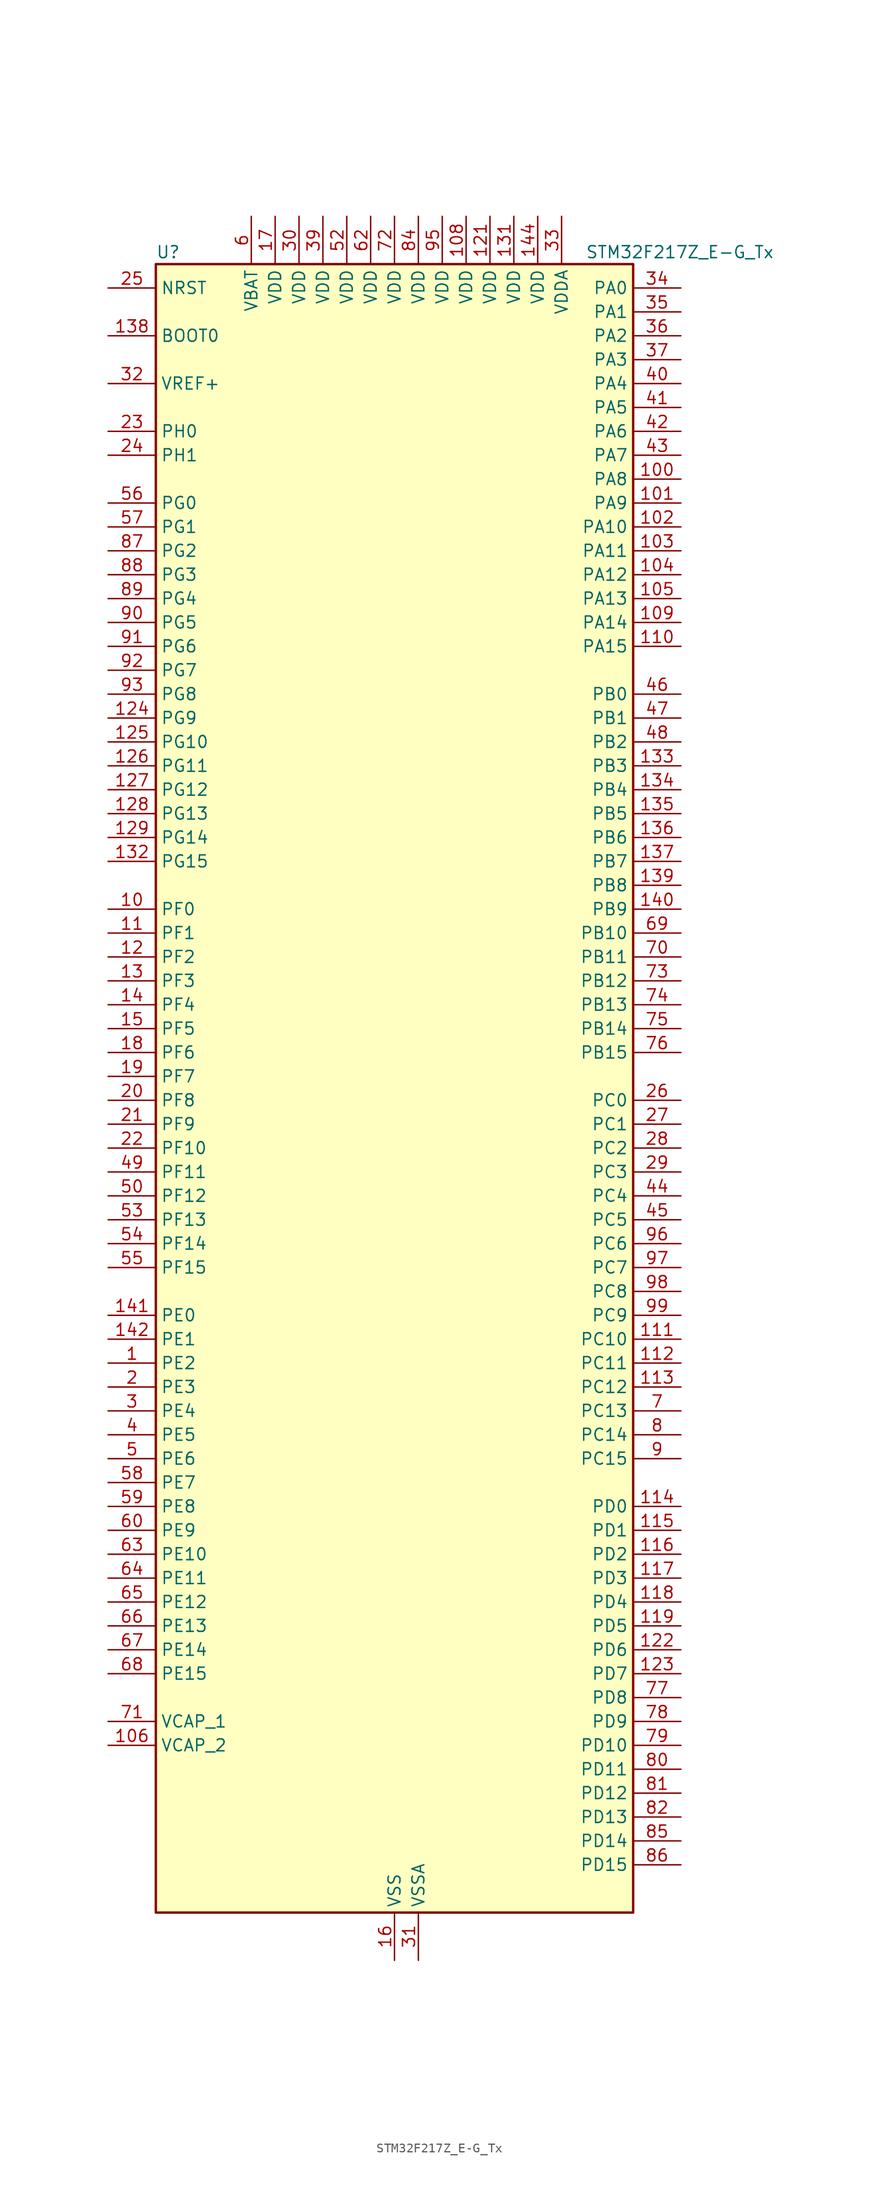
<source format=kicad_sym>
(kicad_symbol_lib
  (version 20231120)
  (generator "kicad_symbol_editor")
  (generator_version "8.0")
  (symbol "STM32F217Z_E-G_Tx"
    (property "Reference" "U"
      (at -25.4 90.17 0)
      (effects (font (size 1.27 1.27)) (justify left)))
    (property "Value" "STM32F217Z_E-G_Tx"
      (at 20.32 90.17 0)
      (effects (font (size 1.27 1.27)) (justify left)))
    (property "ki_locked" ""
      (at 0 0 0)
      (effects (font (size 1.27 1.27))))
    (symbol "STM32F217Z_E-G_Tx_0_1"
      (rectangle (start -25.4 -86.36) (end 25.4 88.9) (stroke (width 0.254) (type default)) (fill (type background))))
    (symbol "STM32F217Z_E-G_Tx_1_1"
      (pin bidirectional line (at -30.48 -27.94 0) (length 5.08) (name "PE2" (effects (font (size 1.27 1.27)))) (number "1" (effects (font (size 1.27 1.27)))) (alternate "ETH_TXD3" bidirectional line) (alternate "FSMC_A23" bidirectional line) (alternate "SYS_TRACECLK" bidirectional line))
      (pin bidirectional line (at -30.48 20.32 0) (length 5.08) (name "PF0" (effects (font (size 1.27 1.27)))) (number "10" (effects (font (size 1.27 1.27)))) (alternate "FSMC_A0" bidirectional line) (alternate "I2C2_SDA" bidirectional line))
      (pin bidirectional line (at 30.48 66.04 180) (length 5.08) (name "PA8" (effects (font (size 1.27 1.27)))) (number "100" (effects (font (size 1.27 1.27)))) (alternate "I2C3_SCL" bidirectional line) (alternate "RCC_MCO_1" bidirectional line) (alternate "TIM1_CH1" bidirectional line) (alternate "USART1_CK" bidirectional line) (alternate "USB_OTG_FS_SOF" bidirectional line))
      (pin bidirectional line (at 30.48 63.5 180) (length 5.08) (name "PA9" (effects (font (size 1.27 1.27)))) (number "101" (effects (font (size 1.27 1.27)))) (alternate "DAC_EXTI9" bidirectional line) (alternate "DCMI_D0" bidirectional line) (alternate "I2C3_SMBA" bidirectional line) (alternate "TIM1_CH2" bidirectional line) (alternate "USART1_TX" bidirectional line) (alternate "USB_OTG_FS_VBUS" bidirectional line))
      (pin bidirectional line (at 30.48 60.96 180) (length 5.08) (name "PA10" (effects (font (size 1.27 1.27)))) (number "102" (effects (font (size 1.27 1.27)))) (alternate "DCMI_D1" bidirectional line) (alternate "TIM1_CH3" bidirectional line) (alternate "USART1_RX" bidirectional line) (alternate "USB_OTG_FS_ID" bidirectional line))
      (pin bidirectional line (at 30.48 58.42 180) (length 5.08) (name "PA11" (effects (font (size 1.27 1.27)))) (number "103" (effects (font (size 1.27 1.27)))) (alternate "ADC1_EXTI11" bidirectional line) (alternate "ADC2_EXTI11" bidirectional line) (alternate "ADC3_EXTI11" bidirectional line) (alternate "CAN1_RX" bidirectional line) (alternate "TIM1_CH4" bidirectional line) (alternate "USART1_CTS" bidirectional line) (alternate "USB_OTG_FS_DM" bidirectional line))
      (pin bidirectional line (at 30.48 55.88 180) (length 5.08) (name "PA12" (effects (font (size 1.27 1.27)))) (number "104" (effects (font (size 1.27 1.27)))) (alternate "CAN1_TX" bidirectional line) (alternate "TIM1_ETR" bidirectional line) (alternate "USART1_RTS" bidirectional line) (alternate "USB_OTG_FS_DP" bidirectional line))
      (pin bidirectional line (at 30.48 53.34 180) (length 5.08) (name "PA13" (effects (font (size 1.27 1.27)))) (number "105" (effects (font (size 1.27 1.27)))) (alternate "SYS_JTMS-SWDIO" bidirectional line))
      (pin power_out line (at -30.48 -68.58 0) (length 5.08) (name "VCAP_2" (effects (font (size 1.27 1.27)))) (number "106" (effects (font (size 1.27 1.27)))))
      (pin passive line (at 0 -91.44 90) (length 5.08) hide (name "VSS" (effects (font (size 1.27 1.27)))) (number "107" (effects (font (size 1.27 1.27)))))
      (pin power_in line (at 7.62 93.98 270) (length 5.08) (name "VDD" (effects (font (size 1.27 1.27)))) (number "108" (effects (font (size 1.27 1.27)))))
      (pin bidirectional line (at 30.48 50.8 180) (length 5.08) (name "PA14" (effects (font (size 1.27 1.27)))) (number "109" (effects (font (size 1.27 1.27)))) (alternate "SYS_JTCK-SWCLK" bidirectional line))
      (pin bidirectional line (at -30.48 17.78 0) (length 5.08) (name "PF1" (effects (font (size 1.27 1.27)))) (number "11" (effects (font (size 1.27 1.27)))) (alternate "FSMC_A1" bidirectional line) (alternate "I2C2_SCL" bidirectional line))
      (pin bidirectional line (at 30.48 48.26 180) (length 5.08) (name "PA15" (effects (font (size 1.27 1.27)))) (number "110" (effects (font (size 1.27 1.27)))) (alternate "ADC1_EXTI15" bidirectional line) (alternate "ADC2_EXTI15" bidirectional line) (alternate "ADC3_EXTI15" bidirectional line) (alternate "I2S3_WS" bidirectional line) (alternate "SPI1_NSS" bidirectional line) (alternate "SPI3_NSS" bidirectional line) (alternate "SYS_JTDI" bidirectional line) (alternate "TIM2_CH1" bidirectional line) (alternate "TIM2_ETR" bidirectional line))
      (pin bidirectional line (at 30.48 -25.4 180) (length 5.08) (name "PC10" (effects (font (size 1.27 1.27)))) (number "111" (effects (font (size 1.27 1.27)))) (alternate "DCMI_D8" bidirectional line) (alternate "I2S3_SCK" bidirectional line) (alternate "SDIO_D2" bidirectional line) (alternate "SPI3_SCK" bidirectional line) (alternate "UART4_TX" bidirectional line) (alternate "USART3_TX" bidirectional line))
      (pin bidirectional line (at 30.48 -27.94 180) (length 5.08) (name "PC11" (effects (font (size 1.27 1.27)))) (number "112" (effects (font (size 1.27 1.27)))) (alternate "ADC1_EXTI11" bidirectional line) (alternate "ADC2_EXTI11" bidirectional line) (alternate "ADC3_EXTI11" bidirectional line) (alternate "DCMI_D4" bidirectional line) (alternate "SDIO_D3" bidirectional line) (alternate "SPI3_MISO" bidirectional line) (alternate "UART4_RX" bidirectional line) (alternate "USART3_RX" bidirectional line))
      (pin bidirectional line (at 30.48 -30.48 180) (length 5.08) (name "PC12" (effects (font (size 1.27 1.27)))) (number "113" (effects (font (size 1.27 1.27)))) (alternate "DCMI_D9" bidirectional line) (alternate "I2S3_SD" bidirectional line) (alternate "SDIO_CK" bidirectional line) (alternate "SPI3_MOSI" bidirectional line) (alternate "UART5_TX" bidirectional line) (alternate "USART3_CK" bidirectional line))
      (pin bidirectional line (at 30.48 -43.18 180) (length 5.08) (name "PD0" (effects (font (size 1.27 1.27)))) (number "114" (effects (font (size 1.27 1.27)))) (alternate "CAN1_RX" bidirectional line) (alternate "FSMC_D2" bidirectional line) (alternate "FSMC_DA2" bidirectional line))
      (pin bidirectional line (at 30.48 -45.72 180) (length 5.08) (name "PD1" (effects (font (size 1.27 1.27)))) (number "115" (effects (font (size 1.27 1.27)))) (alternate "CAN1_TX" bidirectional line) (alternate "FSMC_D3" bidirectional line) (alternate "FSMC_DA3" bidirectional line))
      (pin bidirectional line (at 30.48 -48.26 180) (length 5.08) (name "PD2" (effects (font (size 1.27 1.27)))) (number "116" (effects (font (size 1.27 1.27)))) (alternate "DCMI_D11" bidirectional line) (alternate "SDIO_CMD" bidirectional line) (alternate "TIM3_ETR" bidirectional line) (alternate "UART5_RX" bidirectional line))
      (pin bidirectional line (at 30.48 -50.8 180) (length 5.08) (name "PD3" (effects (font (size 1.27 1.27)))) (number "117" (effects (font (size 1.27 1.27)))) (alternate "FSMC_CLK" bidirectional line) (alternate "USART2_CTS" bidirectional line))
      (pin bidirectional line (at 30.48 -53.34 180) (length 5.08) (name "PD4" (effects (font (size 1.27 1.27)))) (number "118" (effects (font (size 1.27 1.27)))) (alternate "FSMC_NOE" bidirectional line) (alternate "USART2_RTS" bidirectional line))
      (pin bidirectional line (at 30.48 -55.88 180) (length 5.08) (name "PD5" (effects (font (size 1.27 1.27)))) (number "119" (effects (font (size 1.27 1.27)))) (alternate "FSMC_NWE" bidirectional line) (alternate "USART2_TX" bidirectional line))
      (pin bidirectional line (at -30.48 15.24 0) (length 5.08) (name "PF2" (effects (font (size 1.27 1.27)))) (number "12" (effects (font (size 1.27 1.27)))) (alternate "FSMC_A2" bidirectional line) (alternate "I2C2_SMBA" bidirectional line))
      (pin passive line (at 0 -91.44 90) (length 5.08) hide (name "VSS" (effects (font (size 1.27 1.27)))) (number "120" (effects (font (size 1.27 1.27)))))
      (pin power_in line (at 10.16 93.98 270) (length 5.08) (name "VDD" (effects (font (size 1.27 1.27)))) (number "121" (effects (font (size 1.27 1.27)))))
      (pin bidirectional line (at 30.48 -58.42 180) (length 5.08) (name "PD6" (effects (font (size 1.27 1.27)))) (number "122" (effects (font (size 1.27 1.27)))) (alternate "FSMC_NWAIT" bidirectional line) (alternate "USART2_RX" bidirectional line))
      (pin bidirectional line (at 30.48 -60.96 180) (length 5.08) (name "PD7" (effects (font (size 1.27 1.27)))) (number "123" (effects (font (size 1.27 1.27)))) (alternate "FSMC_NCE2" bidirectional line) (alternate "FSMC_NE1" bidirectional line) (alternate "USART2_CK" bidirectional line))
      (pin bidirectional line (at -30.48 40.64 0) (length 5.08) (name "PG9" (effects (font (size 1.27 1.27)))) (number "124" (effects (font (size 1.27 1.27)))) (alternate "DAC_EXTI9" bidirectional line) (alternate "FSMC_NCE3" bidirectional line) (alternate "FSMC_NE2" bidirectional line) (alternate "USART6_RX" bidirectional line))
      (pin bidirectional line (at -30.48 38.1 0) (length 5.08) (name "PG10" (effects (font (size 1.27 1.27)))) (number "125" (effects (font (size 1.27 1.27)))) (alternate "FSMC_NCE4_1" bidirectional line) (alternate "FSMC_NE3" bidirectional line))
      (pin bidirectional line (at -30.48 35.56 0) (length 5.08) (name "PG11" (effects (font (size 1.27 1.27)))) (number "126" (effects (font (size 1.27 1.27)))) (alternate "ADC1_EXTI11" bidirectional line) (alternate "ADC2_EXTI11" bidirectional line) (alternate "ADC3_EXTI11" bidirectional line) (alternate "ETH_TX_EN" bidirectional line) (alternate "FSMC_NCE4_2" bidirectional line))
      (pin bidirectional line (at -30.48 33.02 0) (length 5.08) (name "PG12" (effects (font (size 1.27 1.27)))) (number "127" (effects (font (size 1.27 1.27)))) (alternate "FSMC_NE4" bidirectional line) (alternate "USART6_RTS" bidirectional line))
      (pin bidirectional line (at -30.48 30.48 0) (length 5.08) (name "PG13" (effects (font (size 1.27 1.27)))) (number "128" (effects (font (size 1.27 1.27)))) (alternate "ETH_TXD0" bidirectional line) (alternate "FSMC_A24" bidirectional line) (alternate "USART6_CTS" bidirectional line))
      (pin bidirectional line (at -30.48 27.94 0) (length 5.08) (name "PG14" (effects (font (size 1.27 1.27)))) (number "129" (effects (font (size 1.27 1.27)))) (alternate "ETH_TXD1" bidirectional line) (alternate "FSMC_A25" bidirectional line) (alternate "USART6_TX" bidirectional line))
      (pin bidirectional line (at -30.48 12.7 0) (length 5.08) (name "PF3" (effects (font (size 1.27 1.27)))) (number "13" (effects (font (size 1.27 1.27)))) (alternate "ADC3_IN9" bidirectional line) (alternate "FSMC_A3" bidirectional line))
      (pin passive line (at 0 -91.44 90) (length 5.08) hide (name "VSS" (effects (font (size 1.27 1.27)))) (number "130" (effects (font (size 1.27 1.27)))))
      (pin power_in line (at 12.7 93.98 270) (length 5.08) (name "VDD" (effects (font (size 1.27 1.27)))) (number "131" (effects (font (size 1.27 1.27)))))
      (pin bidirectional line (at -30.48 25.4 0) (length 5.08) (name "PG15" (effects (font (size 1.27 1.27)))) (number "132" (effects (font (size 1.27 1.27)))) (alternate "ADC1_EXTI15" bidirectional line) (alternate "ADC2_EXTI15" bidirectional line) (alternate "ADC3_EXTI15" bidirectional line) (alternate "DCMI_D13" bidirectional line) (alternate "USART6_CTS" bidirectional line))
      (pin bidirectional line (at 30.48 35.56 180) (length 5.08) (name "PB3" (effects (font (size 1.27 1.27)))) (number "133" (effects (font (size 1.27 1.27)))) (alternate "I2S3_SCK" bidirectional line) (alternate "SPI1_SCK" bidirectional line) (alternate "SPI3_SCK" bidirectional line) (alternate "SYS_JTDO-SWO" bidirectional line) (alternate "TIM2_CH2" bidirectional line))
      (pin bidirectional line (at 30.48 33.02 180) (length 5.08) (name "PB4" (effects (font (size 1.27 1.27)))) (number "134" (effects (font (size 1.27 1.27)))) (alternate "SPI1_MISO" bidirectional line) (alternate "SPI3_MISO" bidirectional line) (alternate "SYS_JTRST" bidirectional line) (alternate "TIM3_CH1" bidirectional line))
      (pin bidirectional line (at 30.48 30.48 180) (length 5.08) (name "PB5" (effects (font (size 1.27 1.27)))) (number "135" (effects (font (size 1.27 1.27)))) (alternate "CAN2_RX" bidirectional line) (alternate "DCMI_D10" bidirectional line) (alternate "ETH_PPS_OUT" bidirectional line) (alternate "I2C1_SMBA" bidirectional line) (alternate "I2S3_SD" bidirectional line) (alternate "SPI1_MOSI" bidirectional line) (alternate "SPI3_MOSI" bidirectional line) (alternate "TIM3_CH2" bidirectional line) (alternate "USB_OTG_HS_ULPI_D7" bidirectional line))
      (pin bidirectional line (at 30.48 27.94 180) (length 5.08) (name "PB6" (effects (font (size 1.27 1.27)))) (number "136" (effects (font (size 1.27 1.27)))) (alternate "CAN2_TX" bidirectional line) (alternate "DCMI_D5" bidirectional line) (alternate "I2C1_SCL" bidirectional line) (alternate "TIM4_CH1" bidirectional line) (alternate "USART1_TX" bidirectional line))
      (pin bidirectional line (at 30.48 25.4 180) (length 5.08) (name "PB7" (effects (font (size 1.27 1.27)))) (number "137" (effects (font (size 1.27 1.27)))) (alternate "DCMI_VSYNC" bidirectional line) (alternate "FSMC_NL" bidirectional line) (alternate "I2C1_SDA" bidirectional line) (alternate "TIM4_CH2" bidirectional line) (alternate "USART1_RX" bidirectional line))
      (pin input line (at -30.48 81.28 0) (length 5.08) (name "BOOT0" (effects (font (size 1.27 1.27)))) (number "138" (effects (font (size 1.27 1.27)))))
      (pin bidirectional line (at 30.48 22.86 180) (length 5.08) (name "PB8" (effects (font (size 1.27 1.27)))) (number "139" (effects (font (size 1.27 1.27)))) (alternate "CAN1_RX" bidirectional line) (alternate "DCMI_D6" bidirectional line) (alternate "ETH_TXD3" bidirectional line) (alternate "I2C1_SCL" bidirectional line) (alternate "SDIO_D4" bidirectional line) (alternate "TIM10_CH1" bidirectional line) (alternate "TIM4_CH3" bidirectional line))
      (pin bidirectional line (at -30.48 10.16 0) (length 5.08) (name "PF4" (effects (font (size 1.27 1.27)))) (number "14" (effects (font (size 1.27 1.27)))) (alternate "ADC3_IN14" bidirectional line) (alternate "FSMC_A4" bidirectional line))
      (pin bidirectional line (at 30.48 20.32 180) (length 5.08) (name "PB9" (effects (font (size 1.27 1.27)))) (number "140" (effects (font (size 1.27 1.27)))) (alternate "CAN1_TX" bidirectional line) (alternate "DAC_EXTI9" bidirectional line) (alternate "DCMI_D7" bidirectional line) (alternate "I2C1_SDA" bidirectional line) (alternate "I2S2_WS" bidirectional line) (alternate "SDIO_D5" bidirectional line) (alternate "SPI2_NSS" bidirectional line) (alternate "TIM11_CH1" bidirectional line) (alternate "TIM4_CH4" bidirectional line))
      (pin bidirectional line (at -30.48 -22.86 0) (length 5.08) (name "PE0" (effects (font (size 1.27 1.27)))) (number "141" (effects (font (size 1.27 1.27)))) (alternate "DCMI_D2" bidirectional line) (alternate "FSMC_NBL0" bidirectional line) (alternate "TIM4_ETR" bidirectional line))
      (pin bidirectional line (at -30.48 -25.4 0) (length 5.08) (name "PE1" (effects (font (size 1.27 1.27)))) (number "142" (effects (font (size 1.27 1.27)))) (alternate "DCMI_D3" bidirectional line) (alternate "FSMC_NBL1" bidirectional line))
      (pin no_connect line (at -25.4 -86.36 0) (length 5.08) hide (name "RFU" (effects (font (size 1.27 1.27)))) (number "143" (effects (font (size 1.27 1.27)))))
      (pin power_in line (at 15.24 93.98 270) (length 5.08) (name "VDD" (effects (font (size 1.27 1.27)))) (number "144" (effects (font (size 1.27 1.27)))))
      (pin bidirectional line (at -30.48 7.62 0) (length 5.08) (name "PF5" (effects (font (size 1.27 1.27)))) (number "15" (effects (font (size 1.27 1.27)))) (alternate "ADC3_IN15" bidirectional line) (alternate "FSMC_A5" bidirectional line))
      (pin power_in line (at 0 -91.44 90) (length 5.08) (name "VSS" (effects (font (size 1.27 1.27)))) (number "16" (effects (font (size 1.27 1.27)))))
      (pin power_in line (at -12.7 93.98 270) (length 5.08) (name "VDD" (effects (font (size 1.27 1.27)))) (number "17" (effects (font (size 1.27 1.27)))))
      (pin bidirectional line (at -30.48 5.08 0) (length 5.08) (name "PF6" (effects (font (size 1.27 1.27)))) (number "18" (effects (font (size 1.27 1.27)))) (alternate "ADC3_IN4" bidirectional line) (alternate "FSMC_NIORD" bidirectional line) (alternate "TIM10_CH1" bidirectional line))
      (pin bidirectional line (at -30.48 2.54 0) (length 5.08) (name "PF7" (effects (font (size 1.27 1.27)))) (number "19" (effects (font (size 1.27 1.27)))) (alternate "ADC3_IN5" bidirectional line) (alternate "FSMC_NREG" bidirectional line) (alternate "TIM11_CH1" bidirectional line))
      (pin bidirectional line (at -30.48 -30.48 0) (length 5.08) (name "PE3" (effects (font (size 1.27 1.27)))) (number "2" (effects (font (size 1.27 1.27)))) (alternate "FSMC_A19" bidirectional line) (alternate "SYS_TRACED0" bidirectional line))
      (pin bidirectional line (at -30.48 0 0) (length 5.08) (name "PF8" (effects (font (size 1.27 1.27)))) (number "20" (effects (font (size 1.27 1.27)))) (alternate "ADC3_IN6" bidirectional line) (alternate "FSMC_NIOWR" bidirectional line) (alternate "TIM13_CH1" bidirectional line))
      (pin bidirectional line (at -30.48 -2.54 0) (length 5.08) (name "PF9" (effects (font (size 1.27 1.27)))) (number "21" (effects (font (size 1.27 1.27)))) (alternate "ADC3_IN7" bidirectional line) (alternate "DAC_EXTI9" bidirectional line) (alternate "FSMC_CD" bidirectional line) (alternate "TIM14_CH1" bidirectional line))
      (pin bidirectional line (at -30.48 -5.08 0) (length 5.08) (name "PF10" (effects (font (size 1.27 1.27)))) (number "22" (effects (font (size 1.27 1.27)))) (alternate "ADC3_IN8" bidirectional line) (alternate "FSMC_INTR" bidirectional line))
      (pin bidirectional line (at -30.48 71.12 0) (length 5.08) (name "PH0" (effects (font (size 1.27 1.27)))) (number "23" (effects (font (size 1.27 1.27)))) (alternate "RCC_OSC_IN" bidirectional line))
      (pin bidirectional line (at -30.48 68.58 0) (length 5.08) (name "PH1" (effects (font (size 1.27 1.27)))) (number "24" (effects (font (size 1.27 1.27)))) (alternate "RCC_OSC_OUT" bidirectional line))
      (pin input line (at -30.48 86.36 0) (length 5.08) (name "NRST" (effects (font (size 1.27 1.27)))) (number "25" (effects (font (size 1.27 1.27)))))
      (pin bidirectional line (at 30.48 0 180) (length 5.08) (name "PC0" (effects (font (size 1.27 1.27)))) (number "26" (effects (font (size 1.27 1.27)))) (alternate "ADC1_IN10" bidirectional line) (alternate "ADC2_IN10" bidirectional line) (alternate "ADC3_IN10" bidirectional line) (alternate "USB_OTG_HS_ULPI_STP" bidirectional line))
      (pin bidirectional line (at 30.48 -2.54 180) (length 5.08) (name "PC1" (effects (font (size 1.27 1.27)))) (number "27" (effects (font (size 1.27 1.27)))) (alternate "ADC1_IN11" bidirectional line) (alternate "ADC2_IN11" bidirectional line) (alternate "ADC3_IN11" bidirectional line) (alternate "ETH_MDC" bidirectional line))
      (pin bidirectional line (at 30.48 -5.08 180) (length 5.08) (name "PC2" (effects (font (size 1.27 1.27)))) (number "28" (effects (font (size 1.27 1.27)))) (alternate "ADC1_IN12" bidirectional line) (alternate "ADC2_IN12" bidirectional line) (alternate "ADC3_IN12" bidirectional line) (alternate "ETH_TXD2" bidirectional line) (alternate "SPI2_MISO" bidirectional line) (alternate "USB_OTG_HS_ULPI_DIR" bidirectional line))
      (pin bidirectional line (at 30.48 -7.62 180) (length 5.08) (name "PC3" (effects (font (size 1.27 1.27)))) (number "29" (effects (font (size 1.27 1.27)))) (alternate "ADC1_IN13" bidirectional line) (alternate "ADC2_IN13" bidirectional line) (alternate "ADC3_IN13" bidirectional line) (alternate "ETH_TX_CLK" bidirectional line) (alternate "I2S2_SD" bidirectional line) (alternate "SPI2_MOSI" bidirectional line) (alternate "USB_OTG_HS_ULPI_NXT" bidirectional line))
      (pin bidirectional line (at -30.48 -33.02 0) (length 5.08) (name "PE4" (effects (font (size 1.27 1.27)))) (number "3" (effects (font (size 1.27 1.27)))) (alternate "DCMI_D4" bidirectional line) (alternate "FSMC_A20" bidirectional line) (alternate "SYS_TRACED1" bidirectional line))
      (pin power_in line (at -10.16 93.98 270) (length 5.08) (name "VDD" (effects (font (size 1.27 1.27)))) (number "30" (effects (font (size 1.27 1.27)))))
      (pin power_in line (at 2.54 -91.44 90) (length 5.08) (name "VSSA" (effects (font (size 1.27 1.27)))) (number "31" (effects (font (size 1.27 1.27)))))
      (pin input line (at -30.48 76.2 0) (length 5.08) (name "VREF+" (effects (font (size 1.27 1.27)))) (number "32" (effects (font (size 1.27 1.27)))))
      (pin power_in line (at 17.78 93.98 270) (length 5.08) (name "VDDA" (effects (font (size 1.27 1.27)))) (number "33" (effects (font (size 1.27 1.27)))))
      (pin bidirectional line (at 30.48 86.36 180) (length 5.08) (name "PA0" (effects (font (size 1.27 1.27)))) (number "34" (effects (font (size 1.27 1.27)))) (alternate "ADC1_IN0" bidirectional line) (alternate "ADC2_IN0" bidirectional line) (alternate "ADC3_IN0" bidirectional line) (alternate "ETH_CRS" bidirectional line) (alternate "SYS_WKUP" bidirectional line) (alternate "TIM2_CH1" bidirectional line) (alternate "TIM2_ETR" bidirectional line) (alternate "TIM5_CH1" bidirectional line) (alternate "TIM8_ETR" bidirectional line) (alternate "UART4_TX" bidirectional line) (alternate "USART2_CTS" bidirectional line))
      (pin bidirectional line (at 30.48 83.82 180) (length 5.08) (name "PA1" (effects (font (size 1.27 1.27)))) (number "35" (effects (font (size 1.27 1.27)))) (alternate "ADC1_IN1" bidirectional line) (alternate "ADC2_IN1" bidirectional line) (alternate "ADC3_IN1" bidirectional line) (alternate "ETH_REF_CLK" bidirectional line) (alternate "ETH_RX_CLK" bidirectional line) (alternate "TIM2_CH2" bidirectional line) (alternate "TIM5_CH2" bidirectional line) (alternate "UART4_RX" bidirectional line) (alternate "USART2_RTS" bidirectional line))
      (pin bidirectional line (at 30.48 81.28 180) (length 5.08) (name "PA2" (effects (font (size 1.27 1.27)))) (number "36" (effects (font (size 1.27 1.27)))) (alternate "ADC1_IN2" bidirectional line) (alternate "ADC2_IN2" bidirectional line) (alternate "ADC3_IN2" bidirectional line) (alternate "ETH_MDIO" bidirectional line) (alternate "TIM2_CH3" bidirectional line) (alternate "TIM5_CH3" bidirectional line) (alternate "TIM9_CH1" bidirectional line) (alternate "USART2_TX" bidirectional line))
      (pin bidirectional line (at 30.48 78.74 180) (length 5.08) (name "PA3" (effects (font (size 1.27 1.27)))) (number "37" (effects (font (size 1.27 1.27)))) (alternate "ADC1_IN3" bidirectional line) (alternate "ADC2_IN3" bidirectional line) (alternate "ADC3_IN3" bidirectional line) (alternate "ETH_COL" bidirectional line) (alternate "TIM2_CH4" bidirectional line) (alternate "TIM5_CH4" bidirectional line) (alternate "TIM9_CH2" bidirectional line) (alternate "USART2_RX" bidirectional line) (alternate "USB_OTG_HS_ULPI_D0" bidirectional line))
      (pin passive line (at 0 -91.44 90) (length 5.08) hide (name "VSS" (effects (font (size 1.27 1.27)))) (number "38" (effects (font (size 1.27 1.27)))))
      (pin power_in line (at -7.62 93.98 270) (length 5.08) (name "VDD" (effects (font (size 1.27 1.27)))) (number "39" (effects (font (size 1.27 1.27)))))
      (pin bidirectional line (at -30.48 -35.56 0) (length 5.08) (name "PE5" (effects (font (size 1.27 1.27)))) (number "4" (effects (font (size 1.27 1.27)))) (alternate "DCMI_D6" bidirectional line) (alternate "FSMC_A21" bidirectional line) (alternate "SYS_TRACED2" bidirectional line) (alternate "TIM9_CH1" bidirectional line))
      (pin bidirectional line (at 30.48 76.2 180) (length 5.08) (name "PA4" (effects (font (size 1.27 1.27)))) (number "40" (effects (font (size 1.27 1.27)))) (alternate "ADC1_IN4" bidirectional line) (alternate "ADC2_IN4" bidirectional line) (alternate "DAC_OUT1" bidirectional line) (alternate "DCMI_HSYNC" bidirectional line) (alternate "I2S3_WS" bidirectional line) (alternate "SPI1_NSS" bidirectional line) (alternate "SPI3_NSS" bidirectional line) (alternate "USART2_CK" bidirectional line) (alternate "USB_OTG_HS_SOF" bidirectional line))
      (pin bidirectional line (at 30.48 73.66 180) (length 5.08) (name "PA5" (effects (font (size 1.27 1.27)))) (number "41" (effects (font (size 1.27 1.27)))) (alternate "ADC1_IN5" bidirectional line) (alternate "ADC2_IN5" bidirectional line) (alternate "DAC_OUT2" bidirectional line) (alternate "SPI1_SCK" bidirectional line) (alternate "TIM2_CH1" bidirectional line) (alternate "TIM2_ETR" bidirectional line) (alternate "TIM8_CH1N" bidirectional line) (alternate "USB_OTG_HS_ULPI_CK" bidirectional line))
      (pin bidirectional line (at 30.48 71.12 180) (length 5.08) (name "PA6" (effects (font (size 1.27 1.27)))) (number "42" (effects (font (size 1.27 1.27)))) (alternate "ADC1_IN6" bidirectional line) (alternate "ADC2_IN6" bidirectional line) (alternate "DCMI_PIXCLK" bidirectional line) (alternate "SPI1_MISO" bidirectional line) (alternate "TIM13_CH1" bidirectional line) (alternate "TIM1_BKIN" bidirectional line) (alternate "TIM3_CH1" bidirectional line) (alternate "TIM8_BKIN" bidirectional line))
      (pin bidirectional line (at 30.48 68.58 180) (length 5.08) (name "PA7" (effects (font (size 1.27 1.27)))) (number "43" (effects (font (size 1.27 1.27)))) (alternate "ADC1_IN7" bidirectional line) (alternate "ADC2_IN7" bidirectional line) (alternate "ETH_CRS_DV" bidirectional line) (alternate "ETH_RX_DV" bidirectional line) (alternate "SPI1_MOSI" bidirectional line) (alternate "TIM14_CH1" bidirectional line) (alternate "TIM1_CH1N" bidirectional line) (alternate "TIM3_CH2" bidirectional line) (alternate "TIM8_CH1N" bidirectional line))
      (pin bidirectional line (at 30.48 -10.16 180) (length 5.08) (name "PC4" (effects (font (size 1.27 1.27)))) (number "44" (effects (font (size 1.27 1.27)))) (alternate "ADC1_IN14" bidirectional line) (alternate "ADC2_IN14" bidirectional line) (alternate "ETH_RXD0" bidirectional line))
      (pin bidirectional line (at 30.48 -12.7 180) (length 5.08) (name "PC5" (effects (font (size 1.27 1.27)))) (number "45" (effects (font (size 1.27 1.27)))) (alternate "ADC1_IN15" bidirectional line) (alternate "ADC2_IN15" bidirectional line) (alternate "ETH_RXD1" bidirectional line))
      (pin bidirectional line (at 30.48 43.18 180) (length 5.08) (name "PB0" (effects (font (size 1.27 1.27)))) (number "46" (effects (font (size 1.27 1.27)))) (alternate "ADC1_IN8" bidirectional line) (alternate "ADC2_IN8" bidirectional line) (alternate "ETH_RXD2" bidirectional line) (alternate "TIM1_CH2N" bidirectional line) (alternate "TIM3_CH3" bidirectional line) (alternate "TIM8_CH2N" bidirectional line) (alternate "USB_OTG_HS_ULPI_D1" bidirectional line))
      (pin bidirectional line (at 30.48 40.64 180) (length 5.08) (name "PB1" (effects (font (size 1.27 1.27)))) (number "47" (effects (font (size 1.27 1.27)))) (alternate "ADC1_IN9" bidirectional line) (alternate "ADC2_IN9" bidirectional line) (alternate "ETH_RXD3" bidirectional line) (alternate "TIM1_CH3N" bidirectional line) (alternate "TIM3_CH4" bidirectional line) (alternate "TIM8_CH3N" bidirectional line) (alternate "USB_OTG_HS_ULPI_D2" bidirectional line))
      (pin bidirectional line (at 30.48 38.1 180) (length 5.08) (name "PB2" (effects (font (size 1.27 1.27)))) (number "48" (effects (font (size 1.27 1.27)))))
      (pin bidirectional line (at -30.48 -7.62 0) (length 5.08) (name "PF11" (effects (font (size 1.27 1.27)))) (number "49" (effects (font (size 1.27 1.27)))) (alternate "ADC1_EXTI11" bidirectional line) (alternate "ADC2_EXTI11" bidirectional line) (alternate "ADC3_EXTI11" bidirectional line) (alternate "DCMI_D12" bidirectional line))
      (pin bidirectional line (at -30.48 -38.1 0) (length 5.08) (name "PE6" (effects (font (size 1.27 1.27)))) (number "5" (effects (font (size 1.27 1.27)))) (alternate "DCMI_D7" bidirectional line) (alternate "FSMC_A22" bidirectional line) (alternate "SYS_TRACED3" bidirectional line) (alternate "TIM9_CH2" bidirectional line))
      (pin bidirectional line (at -30.48 -10.16 0) (length 5.08) (name "PF12" (effects (font (size 1.27 1.27)))) (number "50" (effects (font (size 1.27 1.27)))) (alternate "FSMC_A6" bidirectional line))
      (pin passive line (at 0 -91.44 90) (length 5.08) hide (name "VSS" (effects (font (size 1.27 1.27)))) (number "51" (effects (font (size 1.27 1.27)))))
      (pin power_in line (at -5.08 93.98 270) (length 5.08) (name "VDD" (effects (font (size 1.27 1.27)))) (number "52" (effects (font (size 1.27 1.27)))))
      (pin bidirectional line (at -30.48 -12.7 0) (length 5.08) (name "PF13" (effects (font (size 1.27 1.27)))) (number "53" (effects (font (size 1.27 1.27)))) (alternate "FSMC_A7" bidirectional line))
      (pin bidirectional line (at -30.48 -15.24 0) (length 5.08) (name "PF14" (effects (font (size 1.27 1.27)))) (number "54" (effects (font (size 1.27 1.27)))) (alternate "FSMC_A8" bidirectional line))
      (pin bidirectional line (at -30.48 -17.78 0) (length 5.08) (name "PF15" (effects (font (size 1.27 1.27)))) (number "55" (effects (font (size 1.27 1.27)))) (alternate "ADC1_EXTI15" bidirectional line) (alternate "ADC2_EXTI15" bidirectional line) (alternate "ADC3_EXTI15" bidirectional line) (alternate "FSMC_A9" bidirectional line))
      (pin bidirectional line (at -30.48 63.5 0) (length 5.08) (name "PG0" (effects (font (size 1.27 1.27)))) (number "56" (effects (font (size 1.27 1.27)))) (alternate "FSMC_A10" bidirectional line))
      (pin bidirectional line (at -30.48 60.96 0) (length 5.08) (name "PG1" (effects (font (size 1.27 1.27)))) (number "57" (effects (font (size 1.27 1.27)))) (alternate "FSMC_A11" bidirectional line))
      (pin bidirectional line (at -30.48 -40.64 0) (length 5.08) (name "PE7" (effects (font (size 1.27 1.27)))) (number "58" (effects (font (size 1.27 1.27)))) (alternate "FSMC_D4" bidirectional line) (alternate "FSMC_DA4" bidirectional line) (alternate "TIM1_ETR" bidirectional line))
      (pin bidirectional line (at -30.48 -43.18 0) (length 5.08) (name "PE8" (effects (font (size 1.27 1.27)))) (number "59" (effects (font (size 1.27 1.27)))) (alternate "FSMC_D5" bidirectional line) (alternate "FSMC_DA5" bidirectional line) (alternate "TIM1_CH1N" bidirectional line))
      (pin power_in line (at -15.24 93.98 270) (length 5.08) (name "VBAT" (effects (font (size 1.27 1.27)))) (number "6" (effects (font (size 1.27 1.27)))))
      (pin bidirectional line (at -30.48 -45.72 0) (length 5.08) (name "PE9" (effects (font (size 1.27 1.27)))) (number "60" (effects (font (size 1.27 1.27)))) (alternate "DAC_EXTI9" bidirectional line) (alternate "FSMC_D6" bidirectional line) (alternate "FSMC_DA6" bidirectional line) (alternate "TIM1_CH1" bidirectional line))
      (pin passive line (at 0 -91.44 90) (length 5.08) hide (name "VSS" (effects (font (size 1.27 1.27)))) (number "61" (effects (font (size 1.27 1.27)))))
      (pin power_in line (at -2.54 93.98 270) (length 5.08) (name "VDD" (effects (font (size 1.27 1.27)))) (number "62" (effects (font (size 1.27 1.27)))))
      (pin bidirectional line (at -30.48 -48.26 0) (length 5.08) (name "PE10" (effects (font (size 1.27 1.27)))) (number "63" (effects (font (size 1.27 1.27)))) (alternate "FSMC_D7" bidirectional line) (alternate "FSMC_DA7" bidirectional line) (alternate "TIM1_CH2N" bidirectional line))
      (pin bidirectional line (at -30.48 -50.8 0) (length 5.08) (name "PE11" (effects (font (size 1.27 1.27)))) (number "64" (effects (font (size 1.27 1.27)))) (alternate "ADC1_EXTI11" bidirectional line) (alternate "ADC2_EXTI11" bidirectional line) (alternate "ADC3_EXTI11" bidirectional line) (alternate "FSMC_D8" bidirectional line) (alternate "FSMC_DA8" bidirectional line) (alternate "TIM1_CH2" bidirectional line))
      (pin bidirectional line (at -30.48 -53.34 0) (length 5.08) (name "PE12" (effects (font (size 1.27 1.27)))) (number "65" (effects (font (size 1.27 1.27)))) (alternate "FSMC_D9" bidirectional line) (alternate "FSMC_DA9" bidirectional line) (alternate "TIM1_CH3N" bidirectional line))
      (pin bidirectional line (at -30.48 -55.88 0) (length 5.08) (name "PE13" (effects (font (size 1.27 1.27)))) (number "66" (effects (font (size 1.27 1.27)))) (alternate "FSMC_D10" bidirectional line) (alternate "FSMC_DA10" bidirectional line) (alternate "TIM1_CH3" bidirectional line))
      (pin bidirectional line (at -30.48 -58.42 0) (length 5.08) (name "PE14" (effects (font (size 1.27 1.27)))) (number "67" (effects (font (size 1.27 1.27)))) (alternate "FSMC_D11" bidirectional line) (alternate "FSMC_DA11" bidirectional line) (alternate "TIM1_CH4" bidirectional line))
      (pin bidirectional line (at -30.48 -60.96 0) (length 5.08) (name "PE15" (effects (font (size 1.27 1.27)))) (number "68" (effects (font (size 1.27 1.27)))) (alternate "ADC1_EXTI15" bidirectional line) (alternate "ADC2_EXTI15" bidirectional line) (alternate "ADC3_EXTI15" bidirectional line) (alternate "FSMC_D12" bidirectional line) (alternate "FSMC_DA12" bidirectional line) (alternate "TIM1_BKIN" bidirectional line))
      (pin bidirectional line (at 30.48 17.78 180) (length 5.08) (name "PB10" (effects (font (size 1.27 1.27)))) (number "69" (effects (font (size 1.27 1.27)))) (alternate "ETH_RX_ER" bidirectional line) (alternate "I2C2_SCL" bidirectional line) (alternate "I2S2_SCK" bidirectional line) (alternate "SPI2_SCK" bidirectional line) (alternate "TIM2_CH3" bidirectional line) (alternate "USART3_TX" bidirectional line) (alternate "USB_OTG_HS_ULPI_D3" bidirectional line))
      (pin bidirectional line (at 30.48 -33.02 180) (length 5.08) (name "PC13" (effects (font (size 1.27 1.27)))) (number "7" (effects (font (size 1.27 1.27)))) (alternate "RTC_AF1" bidirectional line))
      (pin bidirectional line (at 30.48 15.24 180) (length 5.08) (name "PB11" (effects (font (size 1.27 1.27)))) (number "70" (effects (font (size 1.27 1.27)))) (alternate "ADC1_EXTI11" bidirectional line) (alternate "ADC2_EXTI11" bidirectional line) (alternate "ADC3_EXTI11" bidirectional line) (alternate "ETH_TX_EN" bidirectional line) (alternate "I2C2_SDA" bidirectional line) (alternate "TIM2_CH4" bidirectional line) (alternate "USART3_RX" bidirectional line) (alternate "USB_OTG_HS_ULPI_D4" bidirectional line))
      (pin power_out line (at -30.48 -66.04 0) (length 5.08) (name "VCAP_1" (effects (font (size 1.27 1.27)))) (number "71" (effects (font (size 1.27 1.27)))))
      (pin power_in line (at 0 93.98 270) (length 5.08) (name "VDD" (effects (font (size 1.27 1.27)))) (number "72" (effects (font (size 1.27 1.27)))))
      (pin bidirectional line (at 30.48 12.7 180) (length 5.08) (name "PB12" (effects (font (size 1.27 1.27)))) (number "73" (effects (font (size 1.27 1.27)))) (alternate "CAN2_RX" bidirectional line) (alternate "ETH_TXD0" bidirectional line) (alternate "I2C2_SMBA" bidirectional line) (alternate "I2S2_WS" bidirectional line) (alternate "SPI2_NSS" bidirectional line) (alternate "TIM1_BKIN" bidirectional line) (alternate "USART3_CK" bidirectional line) (alternate "USB_OTG_HS_ID" bidirectional line) (alternate "USB_OTG_HS_ULPI_D5" bidirectional line))
      (pin bidirectional line (at 30.48 10.16 180) (length 5.08) (name "PB13" (effects (font (size 1.27 1.27)))) (number "74" (effects (font (size 1.27 1.27)))) (alternate "CAN2_TX" bidirectional line) (alternate "ETH_TXD1" bidirectional line) (alternate "I2S2_SCK" bidirectional line) (alternate "SPI2_SCK" bidirectional line) (alternate "TIM1_CH1N" bidirectional line) (alternate "USART3_CTS" bidirectional line) (alternate "USB_OTG_HS_ULPI_D6" bidirectional line) (alternate "USB_OTG_HS_VBUS" bidirectional line))
      (pin bidirectional line (at 30.48 7.62 180) (length 5.08) (name "PB14" (effects (font (size 1.27 1.27)))) (number "75" (effects (font (size 1.27 1.27)))) (alternate "SPI2_MISO" bidirectional line) (alternate "TIM12_CH1" bidirectional line) (alternate "TIM1_CH2N" bidirectional line) (alternate "TIM8_CH2N" bidirectional line) (alternate "USART3_RTS" bidirectional line) (alternate "USB_OTG_HS_DM" bidirectional line))
      (pin bidirectional line (at 30.48 5.08 180) (length 5.08) (name "PB15" (effects (font (size 1.27 1.27)))) (number "76" (effects (font (size 1.27 1.27)))) (alternate "ADC1_EXTI15" bidirectional line) (alternate "ADC2_EXTI15" bidirectional line) (alternate "ADC3_EXTI15" bidirectional line) (alternate "I2S2_SD" bidirectional line) (alternate "RTC_REFIN" bidirectional line) (alternate "SPI2_MOSI" bidirectional line) (alternate "TIM12_CH2" bidirectional line) (alternate "TIM1_CH3N" bidirectional line) (alternate "TIM8_CH3N" bidirectional line) (alternate "USB_OTG_HS_DP" bidirectional line))
      (pin bidirectional line (at 30.48 -63.5 180) (length 5.08) (name "PD8" (effects (font (size 1.27 1.27)))) (number "77" (effects (font (size 1.27 1.27)))) (alternate "FSMC_D13" bidirectional line) (alternate "FSMC_DA13" bidirectional line) (alternate "USART3_TX" bidirectional line))
      (pin bidirectional line (at 30.48 -66.04 180) (length 5.08) (name "PD9" (effects (font (size 1.27 1.27)))) (number "78" (effects (font (size 1.27 1.27)))) (alternate "DAC_EXTI9" bidirectional line) (alternate "FSMC_D14" bidirectional line) (alternate "FSMC_DA14" bidirectional line) (alternate "USART3_RX" bidirectional line))
      (pin bidirectional line (at 30.48 -68.58 180) (length 5.08) (name "PD10" (effects (font (size 1.27 1.27)))) (number "79" (effects (font (size 1.27 1.27)))) (alternate "FSMC_D15" bidirectional line) (alternate "FSMC_DA15" bidirectional line) (alternate "USART3_CK" bidirectional line))
      (pin bidirectional line (at 30.48 -35.56 180) (length 5.08) (name "PC14" (effects (font (size 1.27 1.27)))) (number "8" (effects (font (size 1.27 1.27)))) (alternate "RCC_OSC32_IN" bidirectional line))
      (pin bidirectional line (at 30.48 -71.12 180) (length 5.08) (name "PD11" (effects (font (size 1.27 1.27)))) (number "80" (effects (font (size 1.27 1.27)))) (alternate "ADC1_EXTI11" bidirectional line) (alternate "ADC2_EXTI11" bidirectional line) (alternate "ADC3_EXTI11" bidirectional line) (alternate "FSMC_A16" bidirectional line) (alternate "FSMC_CLE" bidirectional line) (alternate "USART3_CTS" bidirectional line))
      (pin bidirectional line (at 30.48 -73.66 180) (length 5.08) (name "PD12" (effects (font (size 1.27 1.27)))) (number "81" (effects (font (size 1.27 1.27)))) (alternate "FSMC_A17" bidirectional line) (alternate "FSMC_ALE" bidirectional line) (alternate "TIM4_CH1" bidirectional line) (alternate "USART3_RTS" bidirectional line))
      (pin bidirectional line (at 30.48 -76.2 180) (length 5.08) (name "PD13" (effects (font (size 1.27 1.27)))) (number "82" (effects (font (size 1.27 1.27)))) (alternate "FSMC_A18" bidirectional line) (alternate "TIM4_CH2" bidirectional line))
      (pin passive line (at 0 -91.44 90) (length 5.08) hide (name "VSS" (effects (font (size 1.27 1.27)))) (number "83" (effects (font (size 1.27 1.27)))))
      (pin power_in line (at 2.54 93.98 270) (length 5.08) (name "VDD" (effects (font (size 1.27 1.27)))) (number "84" (effects (font (size 1.27 1.27)))))
      (pin bidirectional line (at 30.48 -78.74 180) (length 5.08) (name "PD14" (effects (font (size 1.27 1.27)))) (number "85" (effects (font (size 1.27 1.27)))) (alternate "FSMC_D0" bidirectional line) (alternate "FSMC_DA0" bidirectional line) (alternate "TIM4_CH3" bidirectional line))
      (pin bidirectional line (at 30.48 -81.28 180) (length 5.08) (name "PD15" (effects (font (size 1.27 1.27)))) (number "86" (effects (font (size 1.27 1.27)))) (alternate "ADC1_EXTI15" bidirectional line) (alternate "ADC2_EXTI15" bidirectional line) (alternate "ADC3_EXTI15" bidirectional line) (alternate "FSMC_D1" bidirectional line) (alternate "FSMC_DA1" bidirectional line) (alternate "TIM4_CH4" bidirectional line))
      (pin bidirectional line (at -30.48 58.42 0) (length 5.08) (name "PG2" (effects (font (size 1.27 1.27)))) (number "87" (effects (font (size 1.27 1.27)))) (alternate "FSMC_A12" bidirectional line))
      (pin bidirectional line (at -30.48 55.88 0) (length 5.08) (name "PG3" (effects (font (size 1.27 1.27)))) (number "88" (effects (font (size 1.27 1.27)))) (alternate "FSMC_A13" bidirectional line))
      (pin bidirectional line (at -30.48 53.34 0) (length 5.08) (name "PG4" (effects (font (size 1.27 1.27)))) (number "89" (effects (font (size 1.27 1.27)))) (alternate "FSMC_A14" bidirectional line))
      (pin bidirectional line (at 30.48 -38.1 180) (length 5.08) (name "PC15" (effects (font (size 1.27 1.27)))) (number "9" (effects (font (size 1.27 1.27)))) (alternate "ADC1_EXTI15" bidirectional line) (alternate "ADC2_EXTI15" bidirectional line) (alternate "ADC3_EXTI15" bidirectional line) (alternate "RCC_OSC32_OUT" bidirectional line))
      (pin bidirectional line (at -30.48 50.8 0) (length 5.08) (name "PG5" (effects (font (size 1.27 1.27)))) (number "90" (effects (font (size 1.27 1.27)))) (alternate "FSMC_A15" bidirectional line))
      (pin bidirectional line (at -30.48 48.26 0) (length 5.08) (name "PG6" (effects (font (size 1.27 1.27)))) (number "91" (effects (font (size 1.27 1.27)))) (alternate "FSMC_INT2" bidirectional line))
      (pin bidirectional line (at -30.48 45.72 0) (length 5.08) (name "PG7" (effects (font (size 1.27 1.27)))) (number "92" (effects (font (size 1.27 1.27)))) (alternate "FSMC_INT3" bidirectional line) (alternate "USART6_CK" bidirectional line))
      (pin bidirectional line (at -30.48 43.18 0) (length 5.08) (name "PG8" (effects (font (size 1.27 1.27)))) (number "93" (effects (font (size 1.27 1.27)))) (alternate "ETH_PPS_OUT" bidirectional line) (alternate "USART6_RTS" bidirectional line))
      (pin passive line (at 0 -91.44 90) (length 5.08) hide (name "VSS" (effects (font (size 1.27 1.27)))) (number "94" (effects (font (size 1.27 1.27)))))
      (pin power_in line (at 5.08 93.98 270) (length 5.08) (name "VDD" (effects (font (size 1.27 1.27)))) (number "95" (effects (font (size 1.27 1.27)))))
      (pin bidirectional line (at 30.48 -15.24 180) (length 5.08) (name "PC6" (effects (font (size 1.27 1.27)))) (number "96" (effects (font (size 1.27 1.27)))) (alternate "DCMI_D0" bidirectional line) (alternate "I2S2_MCK" bidirectional line) (alternate "SDIO_D6" bidirectional line) (alternate "TIM3_CH1" bidirectional line) (alternate "TIM8_CH1" bidirectional line) (alternate "USART6_TX" bidirectional line))
      (pin bidirectional line (at 30.48 -17.78 180) (length 5.08) (name "PC7" (effects (font (size 1.27 1.27)))) (number "97" (effects (font (size 1.27 1.27)))) (alternate "DCMI_D1" bidirectional line) (alternate "I2S3_MCK" bidirectional line) (alternate "SDIO_D7" bidirectional line) (alternate "TIM3_CH2" bidirectional line) (alternate "TIM8_CH2" bidirectional line) (alternate "USART6_RX" bidirectional line))
      (pin bidirectional line (at 30.48 -20.32 180) (length 5.08) (name "PC8" (effects (font (size 1.27 1.27)))) (number "98" (effects (font (size 1.27 1.27)))) (alternate "DCMI_D2" bidirectional line) (alternate "SDIO_D0" bidirectional line) (alternate "TIM3_CH3" bidirectional line) (alternate "TIM8_CH3" bidirectional line) (alternate "USART6_CK" bidirectional line))
      (pin bidirectional line (at 30.48 -22.86 180) (length 5.08) (name "PC9" (effects (font (size 1.27 1.27)))) (number "99" (effects (font (size 1.27 1.27)))) (alternate "DAC_EXTI9" bidirectional line) (alternate "DCMI_D3" bidirectional line) (alternate "I2C3_SDA" bidirectional line) (alternate "I2S_CKIN" bidirectional line) (alternate "RCC_MCO_2" bidirectional line) (alternate "SDIO_D1" bidirectional line) (alternate "TIM3_CH4" bidirectional line) (alternate "TIM8_CH4" bidirectional line)))))
</source>
